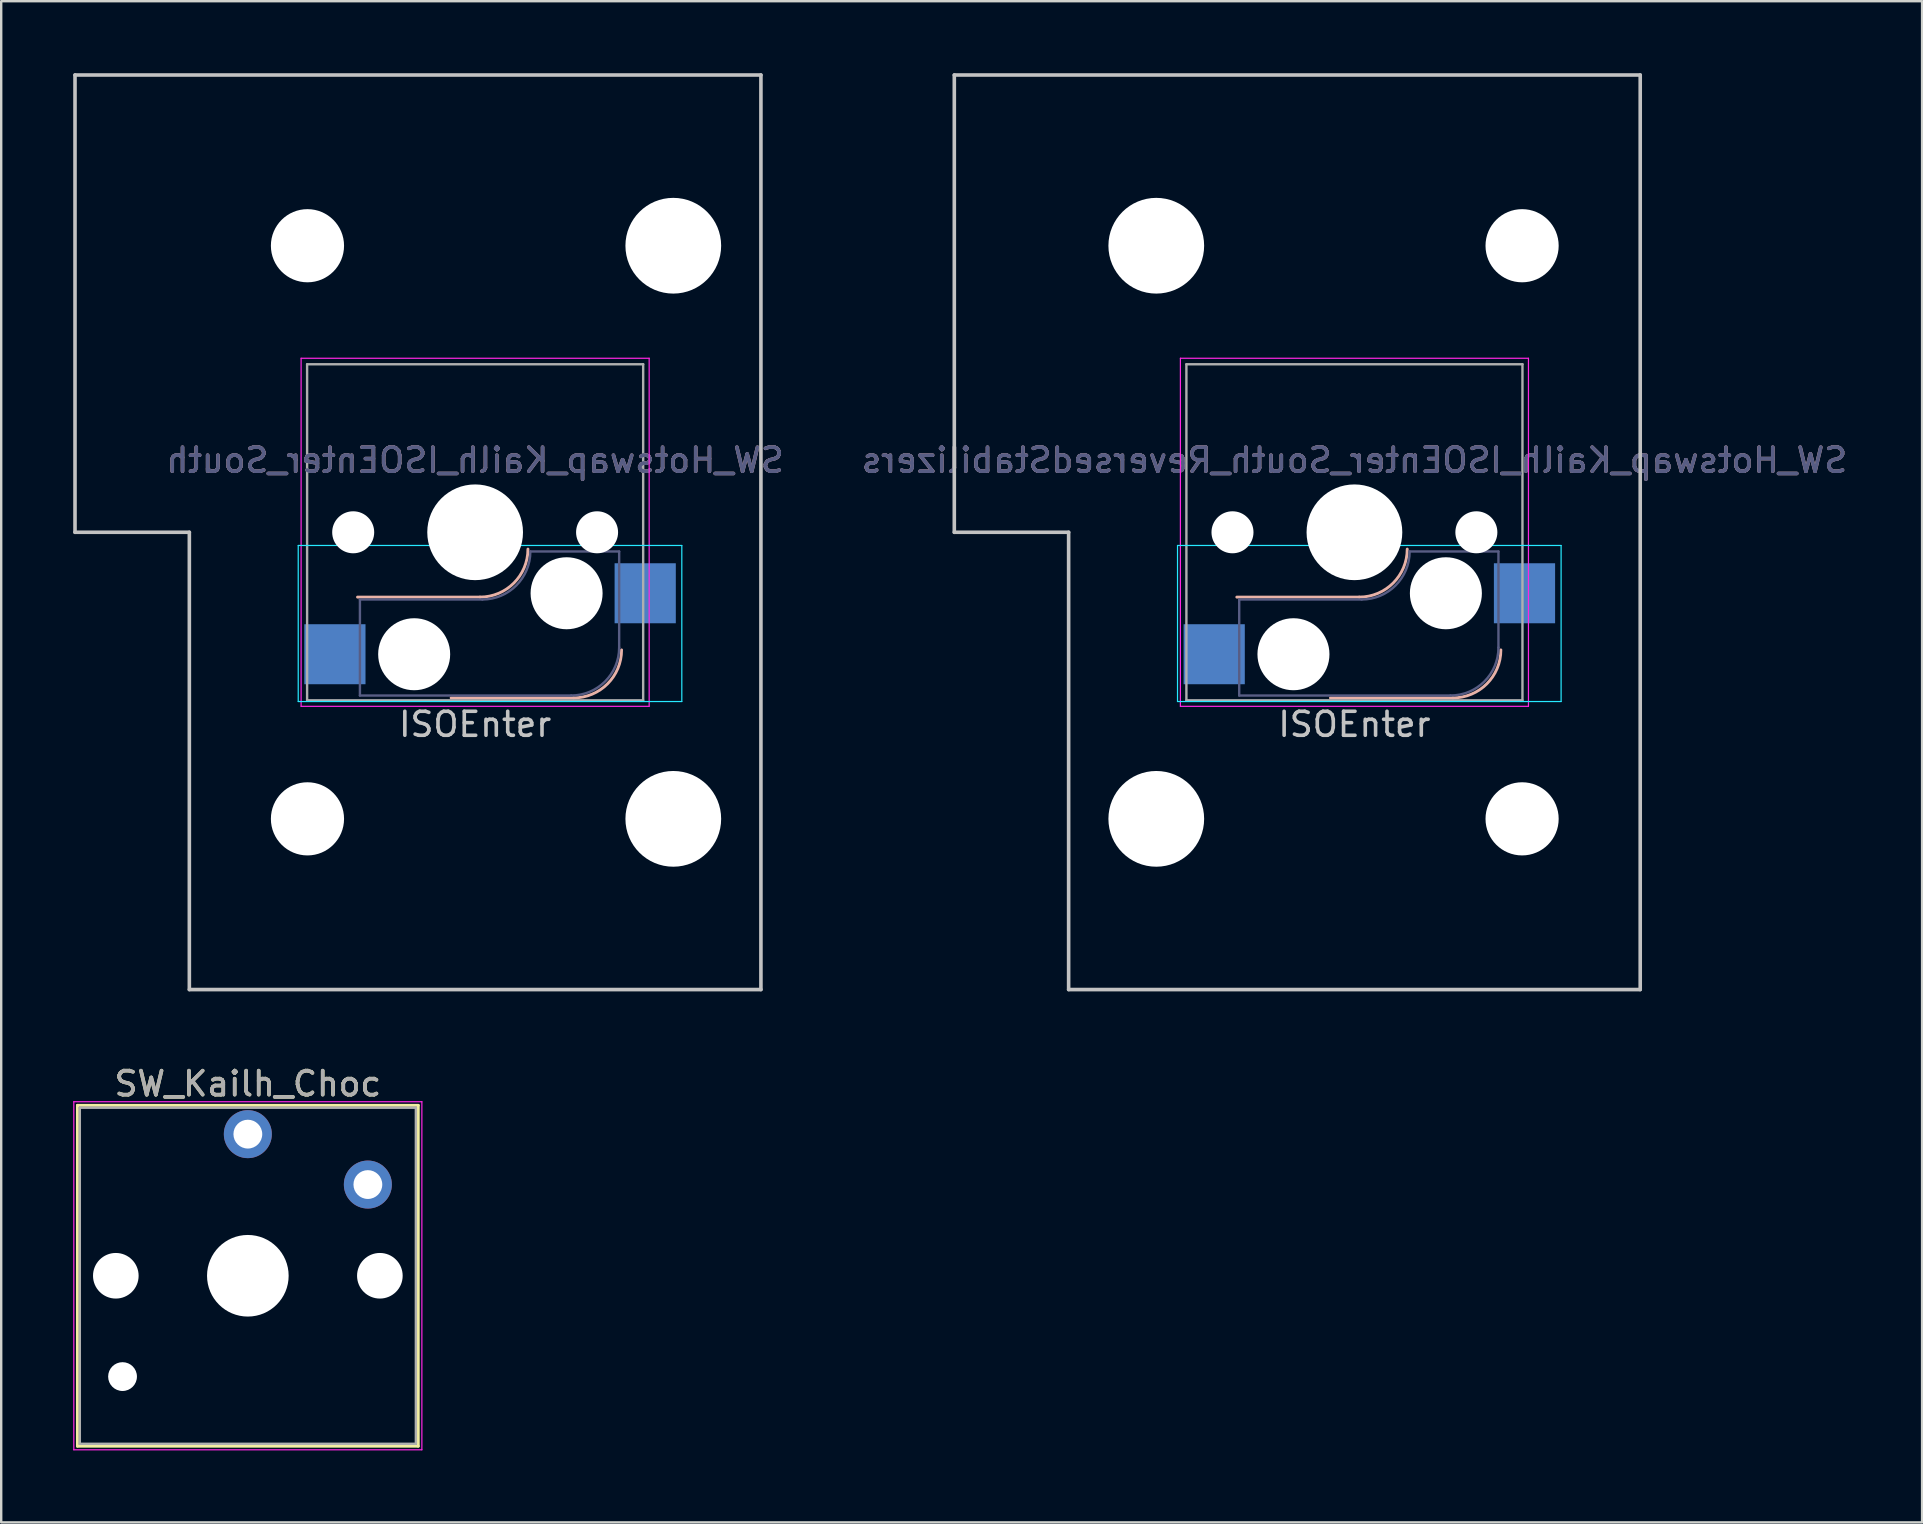
<source format=kicad_pcb>
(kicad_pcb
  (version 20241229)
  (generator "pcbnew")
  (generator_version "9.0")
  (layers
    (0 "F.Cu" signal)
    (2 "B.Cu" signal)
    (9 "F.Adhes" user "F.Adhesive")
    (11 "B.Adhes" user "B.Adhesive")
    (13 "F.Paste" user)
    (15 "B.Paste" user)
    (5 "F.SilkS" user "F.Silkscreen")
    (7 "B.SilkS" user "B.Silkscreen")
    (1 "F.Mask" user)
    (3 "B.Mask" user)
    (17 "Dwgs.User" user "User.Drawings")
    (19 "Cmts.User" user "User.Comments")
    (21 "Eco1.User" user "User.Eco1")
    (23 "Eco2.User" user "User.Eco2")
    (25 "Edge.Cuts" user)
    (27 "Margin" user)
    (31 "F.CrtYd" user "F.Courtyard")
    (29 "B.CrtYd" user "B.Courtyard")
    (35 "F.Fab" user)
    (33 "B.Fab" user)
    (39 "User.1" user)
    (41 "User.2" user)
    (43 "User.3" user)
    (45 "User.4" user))
  (footprint "SW_Kailh_Choc"
    (layer "F.Cu")
    (at 7.275 50.098)
    (property "Reference" "SW_Kailh_Choc" (at 0 -8 0) (layer "F.SilkS") (effects (font (size 1 1) (thickness 0.15))))
    (attr through_hole)
    (fp_line (start -7.1 -7.1) (end 7.1 -7.1) (stroke (width 0.12) (type solid)) (layer "F.SilkS"))
    (fp_line (start -7.1 7.1) (end -7.1 -7.1) (stroke (width 0.12) (type solid)) (layer "F.SilkS"))
    (fp_line (start 7.1 -7.1) (end 7.1 7.1) (stroke (width 0.12) (type solid)) (layer "F.SilkS"))
    (fp_line (start 7.1 7.1) (end -7.1 7.1) (stroke (width 0.12) (type solid)) (layer "F.SilkS"))
    (fp_line (start -7.25 -7.25) (end 7.25 -7.25) (stroke (width 0.05) (type solid)) (layer "F.CrtYd"))
    (fp_line (start -7.25 7.25) (end -7.25 -7.25) (stroke (width 0.05) (type solid)) (layer "F.CrtYd"))
    (fp_line (start 7.25 -7.25) (end 7.25 7.25) (stroke (width 0.05) (type solid)) (layer "F.CrtYd"))
    (fp_line (start 7.25 7.25) (end -7.25 7.25) (stroke (width 0.05) (type solid)) (layer "F.CrtYd"))
    (fp_line (start -7 -7) (end 7 -7) (stroke (width 0.1) (type solid)) (layer "F.Fab"))
    (fp_line (start -7 7) (end -7 -7) (stroke (width 0.1) (type solid)) (layer "F.Fab"))
    (fp_line (start 7 -7) (end 7 7) (stroke (width 0.1) (type solid)) (layer "F.Fab"))
    (fp_line (start 7 7) (end -7 7) (stroke (width 0.1) (type solid)) (layer "F.Fab"))
    (fp_text user "${REFERENCE}" (at 0 -8 0) (layer "F.Fab") (effects (font (size 1 1) (thickness 0.15))))
    (pad "" np_thru_hole circle (at -5.5 0 48.1) (size 1.9 1.9) (drill 1.9) (layers "*.Cu" "*.Mask"))
    (pad "" np_thru_hole circle (at -5.22 4.2) (size 1.2 1.2) (drill 1.2) (layers "*.Cu" "*.Mask"))
    (pad "" np_thru_hole circle (at 0 0) (size 3.4 3.4) (drill 3.4) (layers "*.Cu" "*.Mask"))
    (pad "" np_thru_hole circle (at 5.5 0 48.1) (size 1.9 1.9) (drill 1.9) (layers "*.Cu" "*.Mask"))
    (pad "1" thru_hole circle (at 5 -3.8) (size 2 2) (drill 1.2) (layers "*.Cu" "B.Mask"))
    (pad "2" thru_hole circle (at 0 -5.9) (size 2 2) (drill 1.2) (layers "*.Cu" "B.Mask")))
  (footprint "SW_Hotswap_Kailh_ISOEnter_South_ReversedStabilizers"
    (layer "F.Cu")
    (at 53.375 19.125)
    (property "Reference" "SW_Hotswap_Kailh_ISOEnter_South_ReversedStabilizers" (at 0 -3 0) (layer "B.SilkS") (effects (font (size 1 1) (thickness 0.15)) (justify mirror)))
    (attr smd)
    (fp_line (start -4.9 2.7) (end 0.2 2.7) (stroke (width 0.12) (type solid)) (layer "B.SilkS"))
    (fp_line (start -1 6.9) (end 4.1 6.9) (stroke (width 0.12) (type solid)) (layer "B.SilkS"))
    (fp_arc (start 2.2 0.7) (mid 1.614214 2.114214) (end 0.2 2.7) (stroke (width 0.12) (type solid)) (layer "B.SilkS"))
    (fp_arc (start 6.1 4.9) (mid 5.514214 6.314214) (end 4.1 6.9) (stroke (width 0.12) (type solid)) (layer "B.SilkS"))
    (fp_line (start -16.669 -19.05) (end -16.669 0) (stroke (width 0.15) (type solid)) (layer "Dwgs.User"))
    (fp_line (start -16.669 -19.05) (end 11.906 -19.05) (stroke (width 0.15) (type solid)) (layer "Dwgs.User"))
    (fp_line (start -11.906 0) (end -16.669 0) (stroke (width 0.15) (type solid)) (layer "Dwgs.User"))
    (fp_line (start -11.906 19.05) (end -11.906 0) (stroke (width 0.15) (type solid)) (layer "Dwgs.User"))
    (fp_line (start -11.906 19.05) (end 11.906 19.05) (stroke (width 0.15) (type solid)) (layer "Dwgs.User"))
    (fp_line (start 11.906 -19.05) (end 11.906 19.05) (stroke (width 0.15) (type solid)) (layer "Dwgs.User"))
    (fp_line (start -7.37 7.05) (end -7.37 0.55) (stroke (width 0.05) (type solid)) (layer "B.CrtYd"))
    (fp_line (start 8.61 0.55) (end -7.37 0.55) (stroke (width 0.05) (type solid)) (layer "B.CrtYd"))
    (fp_line (start 8.61 0.55) (end 8.61 7.05) (stroke (width 0.05) (type solid)) (layer "B.CrtYd"))
    (fp_line (start 8.61 7.05) (end -7.37 7.05) (stroke (width 0.05) (type solid)) (layer "B.CrtYd"))
    (fp_line (start -7.25 -7.25) (end 7.25 -7.25) (stroke (width 0.05) (type solid)) (layer "F.CrtYd"))
    (fp_line (start -7.25 7.25) (end -7.25 -7.25) (stroke (width 0.05) (type solid)) (layer "F.CrtYd"))
    (fp_line (start 7.25 -7.25) (end 7.25 7.25) (stroke (width 0.05) (type solid)) (layer "F.CrtYd"))
    (fp_line (start 7.25 7.25) (end -7.25 7.25) (stroke (width 0.05) (type solid)) (layer "F.CrtYd"))
    (fp_line (start -4.8 6.8) (end -4.8 2.8) (stroke (width 0.1) (type solid)) (layer "B.Fab"))
    (fp_line (start 0.3 2.8) (end -4.8 2.8) (stroke (width 0.1) (type solid)) (layer "B.Fab"))
    (fp_line (start 4 6.8) (end -4.8 6.8) (stroke (width 0.1) (type solid)) (layer "B.Fab"))
    (fp_line (start 6 0.8) (end 2.3 0.8) (stroke (width 0.1) (type solid)) (layer "B.Fab"))
    (fp_line (start 6 0.8) (end 6 4.8) (stroke (width 0.1) (type solid)) (layer "B.Fab"))
    (fp_arc (start 2.3 0.8) (mid 1.714214 2.214214) (end 0.3 2.8) (stroke (width 0.1) (type solid)) (layer "B.Fab"))
    (fp_arc (start 6 4.8) (mid 5.414214 6.214214) (end 4 6.8) (stroke (width 0.1) (type solid)) (layer "B.Fab"))
    (fp_line (start -7 -7) (end 7 -7) (stroke (width 0.1) (type solid)) (layer "F.Fab"))
    (fp_line (start -7 7) (end -7 -7) (stroke (width 0.1) (type solid)) (layer "F.Fab"))
    (fp_line (start 7 -7) (end 7 7) (stroke (width 0.1) (type solid)) (layer "F.Fab"))
    (fp_line (start 7 7) (end -7 7) (stroke (width 0.1) (type solid)) (layer "F.Fab"))
    (fp_text user "ISOEnter" (at 0 8 0) (layer "Dwgs.User") (effects (font (size 1 1) (thickness 0.15))))
    (fp_text user "${REFERENCE}" (at 0 -3 0) (layer "B.Fab") (effects (font (size 1 1) (thickness 0.15)) (justify mirror)))
    (pad "" np_thru_hole circle (at -8.255 -11.938) (size 3.988 3.988) (drill 3.988) (layers "*.Cu" "*.Mask"))
    (pad "" np_thru_hole circle (at -8.255 11.938) (size 3.988 3.988) (drill 3.988) (layers "*.Cu" "*.Mask"))
    (pad "" np_thru_hole circle (at -5.08 0 228.1) (size 1.75 1.75) (drill 1.75) (layers "*.Cu" "*.Mask"))
    (pad "" np_thru_hole circle (at -2.54 5.08 180) (size 3 3) (drill 3) (layers "*.Cu" "*.Mask"))
    (pad "" np_thru_hole circle (at 0 0 180) (size 3.988 3.988) (drill 3.988) (layers "*.Cu" "*.Mask"))
    (pad "" np_thru_hole circle (at 3.81 2.54 180) (size 3 3) (drill 3) (layers "*.Cu" "*.Mask"))
    (pad "" np_thru_hole circle (at 5.08 0 228.1) (size 1.75 1.75) (drill 1.75) (layers "*.Cu" "*.Mask"))
    (pad "" np_thru_hole circle (at 6.985 -11.938) (size 3.048 3.048) (drill 3.048) (layers "*.Cu" "*.Mask"))
    (pad "" np_thru_hole circle (at 6.985 11.938) (size 3.048 3.048) (drill 3.048) (layers "*.Cu" "*.Mask"))
    (pad "1" smd rect (at 7.085 2.54 180) (size 2.55 2.5) (layers "B.Cu" "B.Mask" "B.Paste"))
    (pad "2" smd rect (at -5.842 5.08 180) (size 2.55 2.5) (layers "B.Cu" "B.Mask" "B.Paste")))
  (footprint "SW_Hotswap_Kailh_ISOEnter_South"
    (layer "F.Cu")
    (at 16.744 19.125)
    (property "Reference" "SW_Hotswap_Kailh_ISOEnter_South" (at 0 -3 0) (layer "B.SilkS") (effects (font (size 1 1) (thickness 0.15)) (justify mirror)))
    (attr smd)
    (fp_line (start -4.9 2.7) (end 0.2 2.7) (stroke (width 0.12) (type solid)) (layer "B.SilkS"))
    (fp_line (start -1 6.9) (end 4.1 6.9) (stroke (width 0.12) (type solid)) (layer "B.SilkS"))
    (fp_arc (start 2.2 0.7) (mid 1.614214 2.114214) (end 0.2 2.7) (stroke (width 0.12) (type solid)) (layer "B.SilkS"))
    (fp_arc (start 6.1 4.9) (mid 5.514214 6.314214) (end 4.1 6.9) (stroke (width 0.12) (type solid)) (layer "B.SilkS"))
    (fp_line (start -16.669 -19.05) (end -16.669 0) (stroke (width 0.15) (type solid)) (layer "Dwgs.User"))
    (fp_line (start -16.669 -19.05) (end 11.906 -19.05) (stroke (width 0.15) (type solid)) (layer "Dwgs.User"))
    (fp_line (start -11.906 0) (end -16.669 0) (stroke (width 0.15) (type solid)) (layer "Dwgs.User"))
    (fp_line (start -11.906 19.05) (end -11.906 0) (stroke (width 0.15) (type solid)) (layer "Dwgs.User"))
    (fp_line (start -11.906 19.05) (end 11.906 19.05) (stroke (width 0.15) (type solid)) (layer "Dwgs.User"))
    (fp_line (start 11.906 -19.05) (end 11.906 19.05) (stroke (width 0.15) (type solid)) (layer "Dwgs.User"))
    (fp_line (start -7.37 7.05) (end -7.37 0.55) (stroke (width 0.05) (type solid)) (layer "B.CrtYd"))
    (fp_line (start 8.61 0.55) (end -7.37 0.55) (stroke (width 0.05) (type solid)) (layer "B.CrtYd"))
    (fp_line (start 8.61 0.55) (end 8.61 7.05) (stroke (width 0.05) (type solid)) (layer "B.CrtYd"))
    (fp_line (start 8.61 7.05) (end -7.37 7.05) (stroke (width 0.05) (type solid)) (layer "B.CrtYd"))
    (fp_line (start -7.25 -7.25) (end 7.25 -7.25) (stroke (width 0.05) (type solid)) (layer "F.CrtYd"))
    (fp_line (start -7.25 7.25) (end -7.25 -7.25) (stroke (width 0.05) (type solid)) (layer "F.CrtYd"))
    (fp_line (start 7.25 -7.25) (end 7.25 7.25) (stroke (width 0.05) (type solid)) (layer "F.CrtYd"))
    (fp_line (start 7.25 7.25) (end -7.25 7.25) (stroke (width 0.05) (type solid)) (layer "F.CrtYd"))
    (fp_line (start -4.8 6.8) (end -4.8 2.8) (stroke (width 0.1) (type solid)) (layer "B.Fab"))
    (fp_line (start 0.3 2.8) (end -4.8 2.8) (stroke (width 0.1) (type solid)) (layer "B.Fab"))
    (fp_line (start 4 6.8) (end -4.8 6.8) (stroke (width 0.1) (type solid)) (layer "B.Fab"))
    (fp_line (start 6 0.8) (end 2.3 0.8) (stroke (width 0.1) (type solid)) (layer "B.Fab"))
    (fp_line (start 6 0.8) (end 6 4.8) (stroke (width 0.1) (type solid)) (layer "B.Fab"))
    (fp_arc (start 2.3 0.8) (mid 1.714214 2.214214) (end 0.3 2.8) (stroke (width 0.1) (type solid)) (layer "B.Fab"))
    (fp_arc (start 6 4.8) (mid 5.414214 6.214214) (end 4 6.8) (stroke (width 0.1) (type solid)) (layer "B.Fab"))
    (fp_line (start -7 -7) (end 7 -7) (stroke (width 0.1) (type solid)) (layer "F.Fab"))
    (fp_line (start -7 7) (end -7 -7) (stroke (width 0.1) (type solid)) (layer "F.Fab"))
    (fp_line (start 7 -7) (end 7 7) (stroke (width 0.1) (type solid)) (layer "F.Fab"))
    (fp_line (start 7 7) (end -7 7) (stroke (width 0.1) (type solid)) (layer "F.Fab"))
    (fp_text user "ISOEnter" (at 0 8 0) (layer "Dwgs.User") (effects (font (size 1 1) (thickness 0.15))))
    (fp_text user "${REFERENCE}" (at 0 -3 0) (layer "B.Fab") (effects (font (size 1 1) (thickness 0.15)) (justify mirror)))
    (pad "" np_thru_hole circle (at -6.985 -11.938) (size 3.048 3.048) (drill 3.048) (layers "*.Cu" "*.Mask"))
    (pad "" np_thru_hole circle (at -6.985 11.938) (size 3.048 3.048) (drill 3.048) (layers "*.Cu" "*.Mask"))
    (pad "" np_thru_hole circle (at -5.08 0 228.1) (size 1.75 1.75) (drill 1.75) (layers "*.Cu" "*.Mask"))
    (pad "" np_thru_hole circle (at -2.54 5.08 180) (size 3 3) (drill 3) (layers "*.Cu" "*.Mask"))
    (pad "" np_thru_hole circle (at 0 0 180) (size 3.988 3.988) (drill 3.988) (layers "*.Cu" "*.Mask"))
    (pad "" np_thru_hole circle (at 3.81 2.54 180) (size 3 3) (drill 3) (layers "*.Cu" "*.Mask"))
    (pad "" np_thru_hole circle (at 5.08 0 228.1) (size 1.75 1.75) (drill 1.75) (layers "*.Cu" "*.Mask"))
    (pad "" np_thru_hole circle (at 8.255 -11.938) (size 3.988 3.988) (drill 3.988) (layers "*.Cu" "*.Mask"))
    (pad "" np_thru_hole circle (at 8.255 11.938) (size 3.988 3.988) (drill 3.988) (layers "*.Cu" "*.Mask"))
    (pad "1" smd rect (at 7.085 2.54 180) (size 2.55 2.5) (layers "B.Cu" "B.Mask" "B.Paste"))
    (pad "2" smd rect (at -5.842 5.08 180) (size 2.55 2.5) (layers "B.Cu" "B.Mask" "B.Paste")))
  (gr_rect
    (start -3 -3)
    (end 77.024 60.373)
    (stroke (width 0.1) (type default))
    (fill no)
    (layer "Edge.Cuts")))
</source>
